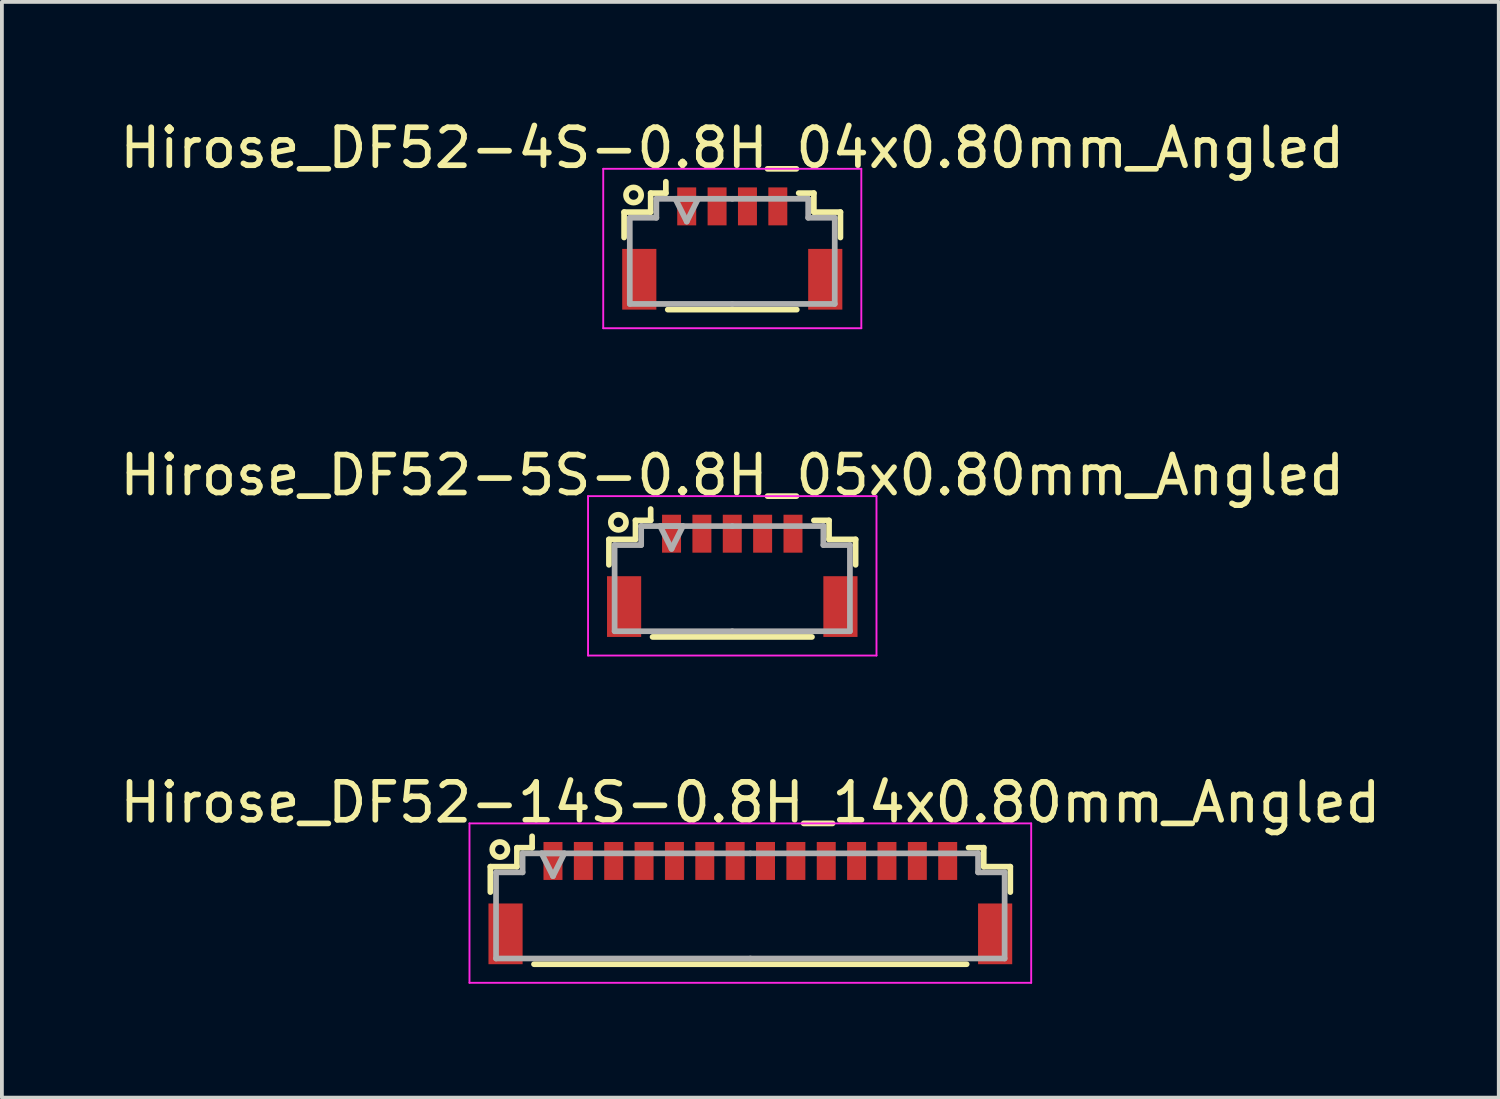
<source format=kicad_pcb>
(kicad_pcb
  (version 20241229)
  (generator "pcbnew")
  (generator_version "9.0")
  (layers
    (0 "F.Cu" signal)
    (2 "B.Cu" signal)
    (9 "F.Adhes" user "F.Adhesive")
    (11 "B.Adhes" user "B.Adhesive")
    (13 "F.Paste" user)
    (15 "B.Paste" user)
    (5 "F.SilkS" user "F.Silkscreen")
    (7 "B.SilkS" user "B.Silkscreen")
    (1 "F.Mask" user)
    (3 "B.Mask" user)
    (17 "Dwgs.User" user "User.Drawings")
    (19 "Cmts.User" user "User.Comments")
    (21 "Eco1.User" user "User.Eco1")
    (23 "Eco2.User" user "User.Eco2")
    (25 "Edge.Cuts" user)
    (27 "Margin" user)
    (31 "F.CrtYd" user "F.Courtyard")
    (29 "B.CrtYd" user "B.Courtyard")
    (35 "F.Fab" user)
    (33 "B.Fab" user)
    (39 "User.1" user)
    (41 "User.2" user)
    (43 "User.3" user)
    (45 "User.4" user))
  (footprint "Hirose_DF52-4S-0.8H_04x0.80mm_Angled"
    (layer "F.Cu")
    (at 16.244 3.348)
    (property "Reference" "Hirose_DF52-4S-0.8H_04x0.80mm_Angled" (at 0 -2.5 0) (layer "F.SilkS") (effects (font (size 1 1) (thickness 0.15))))
    (attr smd)
    (fp_line (start -2.85 -0.81) (end -2.85 -0.14) (stroke (width 0.15) (type solid)) (layer "F.SilkS"))
    (fp_line (start -2.15 -1.31) (end -2.15 -0.81) (stroke (width 0.15) (type solid)) (layer "F.SilkS"))
    (fp_line (start -2.15 -0.81) (end -2.85 -0.81) (stroke (width 0.15) (type solid)) (layer "F.SilkS"))
    (fp_line (start -1.75 -1.61) (end -1.75 -1.31) (stroke (width 0.15) (type solid)) (layer "F.SilkS"))
    (fp_line (start -1.75 -1.31) (end -2.15 -1.31) (stroke (width 0.15) (type solid)) (layer "F.SilkS"))
    (fp_line (start -1.7 1.76) (end 1.7 1.76) (stroke (width 0.15) (type solid)) (layer "F.SilkS"))
    (fp_line (start 1.75 -1.31) (end 2.15 -1.31) (stroke (width 0.15) (type solid)) (layer "F.SilkS"))
    (fp_line (start 2.15 -1.31) (end 2.15 -0.81) (stroke (width 0.15) (type solid)) (layer "F.SilkS"))
    (fp_line (start 2.15 -0.81) (end 2.85 -0.81) (stroke (width 0.15) (type solid)) (layer "F.SilkS"))
    (fp_line (start 2.85 -0.81) (end 2.85 -0.14) (stroke (width 0.15) (type solid)) (layer "F.SilkS"))
    (fp_circle (center -2.6 -1.26) (end -2.4 -1.26) (stroke (width 0.15) (type solid)) (fill no) (layer "F.SilkS"))
    (fp_line (start -3.4 -1.95) (end -3.4 2.25) (stroke (width 0.05) (type solid)) (layer "F.CrtYd"))
    (fp_line (start -3.4 2.25) (end 3.4 2.25) (stroke (width 0.05) (type solid)) (layer "F.CrtYd"))
    (fp_line (start 3.4 -1.95) (end -3.4 -1.95) (stroke (width 0.05) (type solid)) (layer "F.CrtYd"))
    (fp_line (start 3.4 2.25) (end 3.4 -1.95) (stroke (width 0.05) (type solid)) (layer "F.CrtYd"))
    (fp_line (start -2.7 -0.66) (end -2.7 1.61) (stroke (width 0.15) (type solid)) (layer "F.Fab"))
    (fp_line (start -2.7 1.61) (end 0 1.61) (stroke (width 0.15) (type solid)) (layer "F.Fab"))
    (fp_line (start -2 -1.16) (end -2 -1.16) (stroke (width 0.15) (type solid)) (layer "F.Fab"))
    (fp_line (start -2 -1.16) (end -2 -0.66) (stroke (width 0.15) (type solid)) (layer "F.Fab"))
    (fp_line (start -2 -0.66) (end -2.7 -0.66) (stroke (width 0.15) (type solid)) (layer "F.Fab"))
    (fp_line (start -1.5 -1.16) (end -0.9 -1.16) (stroke (width 0.15) (type solid)) (layer "F.Fab"))
    (fp_line (start -1.2 -0.56) (end -1.5 -1.16) (stroke (width 0.15) (type solid)) (layer "F.Fab"))
    (fp_line (start -0.9 -1.16) (end -1.2 -0.56) (stroke (width 0.15) (type solid)) (layer "F.Fab"))
    (fp_line (start 0 -1.16) (end -2 -1.16) (stroke (width 0.15) (type solid)) (layer "F.Fab"))
    (fp_line (start 0 -1.16) (end 2 -1.16) (stroke (width 0.15) (type solid)) (layer "F.Fab"))
    (fp_line (start 2 -1.16) (end 2 -1.16) (stroke (width 0.15) (type solid)) (layer "F.Fab"))
    (fp_line (start 2 -1.16) (end 2 -0.66) (stroke (width 0.15) (type solid)) (layer "F.Fab"))
    (fp_line (start 2 -0.66) (end 2.7 -0.66) (stroke (width 0.15) (type solid)) (layer "F.Fab"))
    (fp_line (start 2.7 -0.66) (end 2.7 1.61) (stroke (width 0.15) (type solid)) (layer "F.Fab"))
    (fp_line (start 2.7 1.61) (end 0 1.61) (stroke (width 0.15) (type solid)) (layer "F.Fab"))
    (pad "" smd rect (at -2.45 0.96) (size 0.9 1.6) (layers "F.Cu" "F.Mask" "F.Paste"))
    (pad "" smd rect (at 2.45 0.96) (size 0.9 1.6) (layers "F.Cu" "F.Mask" "F.Paste"))
    (pad "1" smd rect (at -1.2 -0.96) (size 0.5 1) (layers "F.Cu" "F.Mask" "F.Paste"))
    (pad "2" smd rect (at -0.4 -0.96) (size 0.5 1) (layers "F.Cu" "F.Mask" "F.Paste"))
    (pad "3" smd rect (at 0.4 -0.96) (size 0.5 1) (layers "F.Cu" "F.Mask" "F.Paste"))
    (pad "4" smd rect (at 1.2 -0.96) (size 0.5 1) (layers "F.Cu" "F.Mask" "F.Paste")))
  (footprint "Hirose_DF52-14S-0.8H_14x0.80mm_Angled"
    (layer "F.Cu")
    (at 16.72 20.595)
    (property "Reference" "Hirose_DF52-14S-0.8H_14x0.80mm_Angled" (at 0 -2.5 0) (layer "F.SilkS") (effects (font (size 1 1) (thickness 0.15))))
    (attr smd)
    (fp_line (start -6.85 -0.81) (end -6.85 -0.14) (stroke (width 0.15) (type solid)) (layer "F.SilkS"))
    (fp_line (start -6.15 -1.31) (end -6.15 -0.81) (stroke (width 0.15) (type solid)) (layer "F.SilkS"))
    (fp_line (start -6.15 -0.81) (end -6.85 -0.81) (stroke (width 0.15) (type solid)) (layer "F.SilkS"))
    (fp_line (start -5.75 -1.61) (end -5.75 -1.31) (stroke (width 0.15) (type solid)) (layer "F.SilkS"))
    (fp_line (start -5.75 -1.31) (end -6.15 -1.31) (stroke (width 0.15) (type solid)) (layer "F.SilkS"))
    (fp_line (start -5.7 1.76) (end 5.7 1.76) (stroke (width 0.15) (type solid)) (layer "F.SilkS"))
    (fp_line (start 5.75 -1.31) (end 6.15 -1.31) (stroke (width 0.15) (type solid)) (layer "F.SilkS"))
    (fp_line (start 6.15 -1.31) (end 6.15 -0.81) (stroke (width 0.15) (type solid)) (layer "F.SilkS"))
    (fp_line (start 6.15 -0.81) (end 6.85 -0.81) (stroke (width 0.15) (type solid)) (layer "F.SilkS"))
    (fp_line (start 6.85 -0.81) (end 6.85 -0.14) (stroke (width 0.15) (type solid)) (layer "F.SilkS"))
    (fp_circle (center -6.6 -1.26) (end -6.4 -1.26) (stroke (width 0.15) (type solid)) (fill no) (layer "F.SilkS"))
    (fp_line (start -7.4 -1.95) (end -7.4 2.25) (stroke (width 0.05) (type solid)) (layer "F.CrtYd"))
    (fp_line (start -7.4 2.25) (end 7.4 2.25) (stroke (width 0.05) (type solid)) (layer "F.CrtYd"))
    (fp_line (start 7.4 -1.95) (end -7.4 -1.95) (stroke (width 0.05) (type solid)) (layer "F.CrtYd"))
    (fp_line (start 7.4 2.25) (end 7.4 -1.95) (stroke (width 0.05) (type solid)) (layer "F.CrtYd"))
    (fp_line (start -6.7 -0.66) (end -6.7 1.61) (stroke (width 0.15) (type solid)) (layer "F.Fab"))
    (fp_line (start -6.7 1.61) (end 0 1.61) (stroke (width 0.15) (type solid)) (layer "F.Fab"))
    (fp_line (start -6 -1.16) (end -6 -1.16) (stroke (width 0.15) (type solid)) (layer "F.Fab"))
    (fp_line (start -6 -1.16) (end -6 -0.66) (stroke (width 0.15) (type solid)) (layer "F.Fab"))
    (fp_line (start -6 -0.66) (end -6.7 -0.66) (stroke (width 0.15) (type solid)) (layer "F.Fab"))
    (fp_line (start -5.5 -1.16) (end -4.9 -1.16) (stroke (width 0.15) (type solid)) (layer "F.Fab"))
    (fp_line (start -5.2 -0.56) (end -5.5 -1.16) (stroke (width 0.15) (type solid)) (layer "F.Fab"))
    (fp_line (start -4.9 -1.16) (end -5.2 -0.56) (stroke (width 0.15) (type solid)) (layer "F.Fab"))
    (fp_line (start 0 -1.16) (end -6 -1.16) (stroke (width 0.15) (type solid)) (layer "F.Fab"))
    (fp_line (start 0 -1.16) (end 6 -1.16) (stroke (width 0.15) (type solid)) (layer "F.Fab"))
    (fp_line (start 6 -1.16) (end 6 -1.16) (stroke (width 0.15) (type solid)) (layer "F.Fab"))
    (fp_line (start 6 -1.16) (end 6 -0.66) (stroke (width 0.15) (type solid)) (layer "F.Fab"))
    (fp_line (start 6 -0.66) (end 6.7 -0.66) (stroke (width 0.15) (type solid)) (layer "F.Fab"))
    (fp_line (start 6.7 -0.66) (end 6.7 1.61) (stroke (width 0.15) (type solid)) (layer "F.Fab"))
    (fp_line (start 6.7 1.61) (end 0 1.61) (stroke (width 0.15) (type solid)) (layer "F.Fab"))
    (pad "" smd rect (at -6.45 0.96) (size 0.9 1.6) (layers "F.Cu" "F.Mask" "F.Paste"))
    (pad "" smd rect (at 6.45 0.96) (size 0.9 1.6) (layers "F.Cu" "F.Mask" "F.Paste"))
    (pad "1" smd rect (at -5.2 -0.96) (size 0.5 1) (layers "F.Cu" "F.Mask" "F.Paste"))
    (pad "2" smd rect (at -4.4 -0.96) (size 0.5 1) (layers "F.Cu" "F.Mask" "F.Paste"))
    (pad "3" smd rect (at -3.6 -0.96) (size 0.5 1) (layers "F.Cu" "F.Mask" "F.Paste"))
    (pad "4" smd rect (at -2.8 -0.96) (size 0.5 1) (layers "F.Cu" "F.Mask" "F.Paste"))
    (pad "5" smd rect (at -2 -0.96) (size 0.5 1) (layers "F.Cu" "F.Mask" "F.Paste"))
    (pad "6" smd rect (at -1.2 -0.96) (size 0.5 1) (layers "F.Cu" "F.Mask" "F.Paste"))
    (pad "7" smd rect (at -0.4 -0.96) (size 0.5 1) (layers "F.Cu" "F.Mask" "F.Paste"))
    (pad "8" smd rect (at 0.4 -0.96) (size 0.5 1) (layers "F.Cu" "F.Mask" "F.Paste"))
    (pad "9" smd rect (at 1.2 -0.96) (size 0.5 1) (layers "F.Cu" "F.Mask" "F.Paste"))
    (pad "10" smd rect (at 2 -0.96) (size 0.5 1) (layers "F.Cu" "F.Mask" "F.Paste"))
    (pad "11" smd rect (at 2.8 -0.96) (size 0.5 1) (layers "F.Cu" "F.Mask" "F.Paste"))
    (pad "12" smd rect (at 3.6 -0.96) (size 0.5 1) (layers "F.Cu" "F.Mask" "F.Paste"))
    (pad "13" smd rect (at 4.4 -0.96) (size 0.5 1) (layers "F.Cu" "F.Mask" "F.Paste"))
    (pad "14" smd rect (at 5.2 -0.96) (size 0.5 1) (layers "F.Cu" "F.Mask" "F.Paste")))
  (footprint "Hirose_DF52-5S-0.8H_05x0.80mm_Angled"
    (layer "F.Cu")
    (at 16.244 11.972)
    (property "Reference" "Hirose_DF52-5S-0.8H_05x0.80mm_Angled" (at 0 -2.5 0) (layer "F.SilkS") (effects (font (size 1 1) (thickness 0.15))))
    (attr smd)
    (fp_line (start -3.25 -0.81) (end -3.25 -0.14) (stroke (width 0.15) (type solid)) (layer "F.SilkS"))
    (fp_line (start -2.55 -1.31) (end -2.55 -0.81) (stroke (width 0.15) (type solid)) (layer "F.SilkS"))
    (fp_line (start -2.55 -0.81) (end -3.25 -0.81) (stroke (width 0.15) (type solid)) (layer "F.SilkS"))
    (fp_line (start -2.15 -1.61) (end -2.15 -1.31) (stroke (width 0.15) (type solid)) (layer "F.SilkS"))
    (fp_line (start -2.15 -1.31) (end -2.55 -1.31) (stroke (width 0.15) (type solid)) (layer "F.SilkS"))
    (fp_line (start -2.1 1.76) (end 2.1 1.76) (stroke (width 0.15) (type solid)) (layer "F.SilkS"))
    (fp_line (start 2.15 -1.31) (end 2.55 -1.31) (stroke (width 0.15) (type solid)) (layer "F.SilkS"))
    (fp_line (start 2.55 -1.31) (end 2.55 -0.81) (stroke (width 0.15) (type solid)) (layer "F.SilkS"))
    (fp_line (start 2.55 -0.81) (end 3.25 -0.81) (stroke (width 0.15) (type solid)) (layer "F.SilkS"))
    (fp_line (start 3.25 -0.81) (end 3.25 -0.14) (stroke (width 0.15) (type solid)) (layer "F.SilkS"))
    (fp_circle (center -3 -1.26) (end -2.8 -1.26) (stroke (width 0.15) (type solid)) (fill no) (layer "F.SilkS"))
    (fp_line (start -3.8 -1.95) (end -3.8 2.25) (stroke (width 0.05) (type solid)) (layer "F.CrtYd"))
    (fp_line (start -3.8 2.25) (end 3.8 2.25) (stroke (width 0.05) (type solid)) (layer "F.CrtYd"))
    (fp_line (start 3.8 -1.95) (end -3.8 -1.95) (stroke (width 0.05) (type solid)) (layer "F.CrtYd"))
    (fp_line (start 3.8 2.25) (end 3.8 -1.95) (stroke (width 0.05) (type solid)) (layer "F.CrtYd"))
    (fp_line (start -3.1 -0.66) (end -3.1 1.61) (stroke (width 0.15) (type solid)) (layer "F.Fab"))
    (fp_line (start -3.1 1.61) (end 0 1.61) (stroke (width 0.15) (type solid)) (layer "F.Fab"))
    (fp_line (start -2.4 -1.16) (end -2.4 -1.16) (stroke (width 0.15) (type solid)) (layer "F.Fab"))
    (fp_line (start -2.4 -1.16) (end -2.4 -0.66) (stroke (width 0.15) (type solid)) (layer "F.Fab"))
    (fp_line (start -2.4 -0.66) (end -3.1 -0.66) (stroke (width 0.15) (type solid)) (layer "F.Fab"))
    (fp_line (start -1.9 -1.16) (end -1.3 -1.16) (stroke (width 0.15) (type solid)) (layer "F.Fab"))
    (fp_line (start -1.6 -0.56) (end -1.9 -1.16) (stroke (width 0.15) (type solid)) (layer "F.Fab"))
    (fp_line (start -1.3 -1.16) (end -1.6 -0.56) (stroke (width 0.15) (type solid)) (layer "F.Fab"))
    (fp_line (start 0 -1.16) (end -2.4 -1.16) (stroke (width 0.15) (type solid)) (layer "F.Fab"))
    (fp_line (start 0 -1.16) (end 2.4 -1.16) (stroke (width 0.15) (type solid)) (layer "F.Fab"))
    (fp_line (start 2.4 -1.16) (end 2.4 -1.16) (stroke (width 0.15) (type solid)) (layer "F.Fab"))
    (fp_line (start 2.4 -1.16) (end 2.4 -0.66) (stroke (width 0.15) (type solid)) (layer "F.Fab"))
    (fp_line (start 2.4 -0.66) (end 3.1 -0.66) (stroke (width 0.15) (type solid)) (layer "F.Fab"))
    (fp_line (start 3.1 -0.66) (end 3.1 1.61) (stroke (width 0.15) (type solid)) (layer "F.Fab"))
    (fp_line (start 3.1 1.61) (end 0 1.61) (stroke (width 0.15) (type solid)) (layer "F.Fab"))
    (pad "" smd rect (at -2.85 0.96) (size 0.9 1.6) (layers "F.Cu" "F.Mask" "F.Paste"))
    (pad "" smd rect (at 2.85 0.96) (size 0.9 1.6) (layers "F.Cu" "F.Mask" "F.Paste"))
    (pad "1" smd rect (at -1.6 -0.96) (size 0.5 1) (layers "F.Cu" "F.Mask" "F.Paste"))
    (pad "2" smd rect (at -0.8 -0.96) (size 0.5 1) (layers "F.Cu" "F.Mask" "F.Paste"))
    (pad "3" smd rect (at 0 -0.96) (size 0.5 1) (layers "F.Cu" "F.Mask" "F.Paste"))
    (pad "4" smd rect (at 0.8 -0.96) (size 0.5 1) (layers "F.Cu" "F.Mask" "F.Paste"))
    (pad "5" smd rect (at 1.6 -0.96) (size 0.5 1) (layers "F.Cu" "F.Mask" "F.Paste")))
  (gr_rect
    (start -3 -3)
    (end 36.44 25.87)
    (stroke (width 0.1) (type default))
    (fill no)
    (layer "Edge.Cuts")))
</source>
